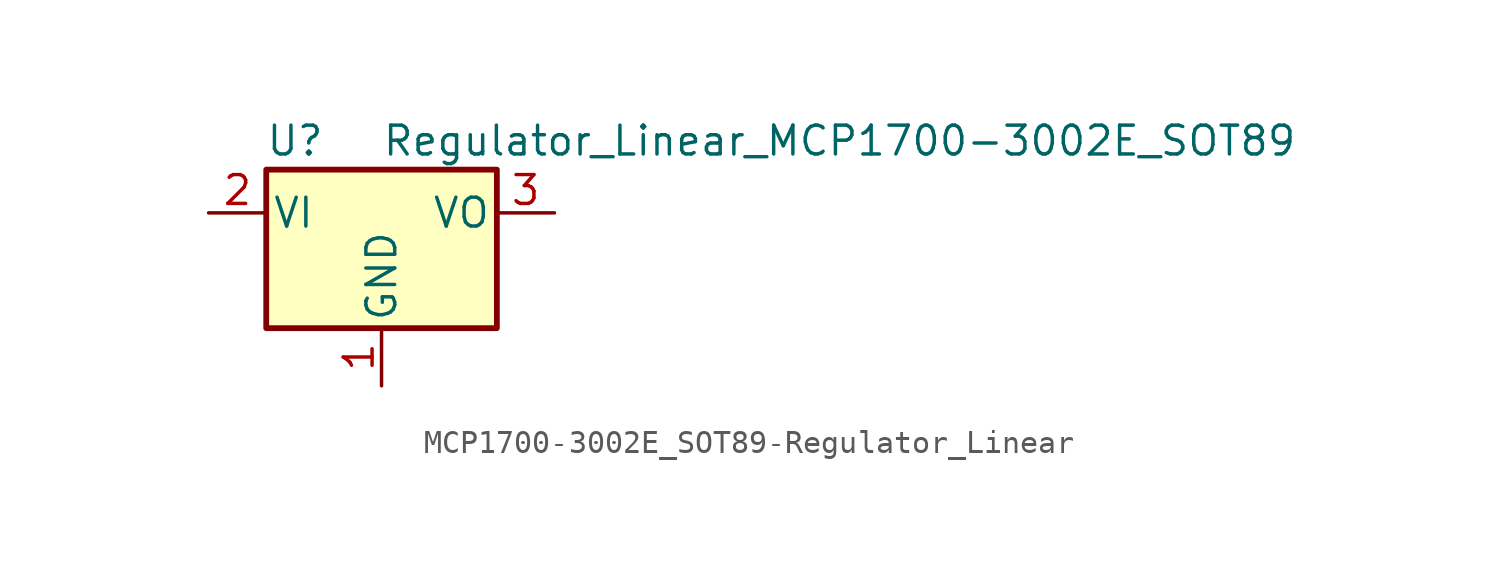
<source format=kicad_sym>
(kicad_symbol_lib
  (version 20241209)
  (generator "kicad_symbol_editor")
  (generator_version "9.0")
  (symbol "MCP1700-3002E_SOT89-Regulator_Linear"
    (pin_names
      (offset 0.254))
    (property "Reference" "U"
      (at -3.81 3.175 0)
      (effects (font (size 1.27 1.27))))
    (property "Value" "Regulator_Linear_MCP1700-3002E_SOT89"
      (at 0 3.175 0)
      (effects (font (size 1.27 1.27)) (justify left)))
    (symbol "MCP1700-3002E_SOT89-Regulator_Linear_0_1"
      (rectangle (start -5.08 -5.08) (end 5.08 1.905) (stroke (width 0.254) (type solid)) (fill (type background))))
    (symbol "MCP1700-3002E_SOT89-Regulator_Linear_1_1"
      (pin power_in line (at -7.62 0 0) (length 2.54) (name "VI" (effects (font (size 1.27 1.27)))) (number "2" (effects (font (size 1.27 1.27)))))
      (pin power_in line (at 0 -7.62 90) (length 2.54) (name "GND" (effects (font (size 1.27 1.27)))) (number "1" (effects (font (size 1.27 1.27)))))
      (pin power_out line (at 7.62 0 180) (length 2.54) (name "VO" (effects (font (size 1.27 1.27)))) (number "3" (effects (font (size 1.27 1.27))))))))
</source>
